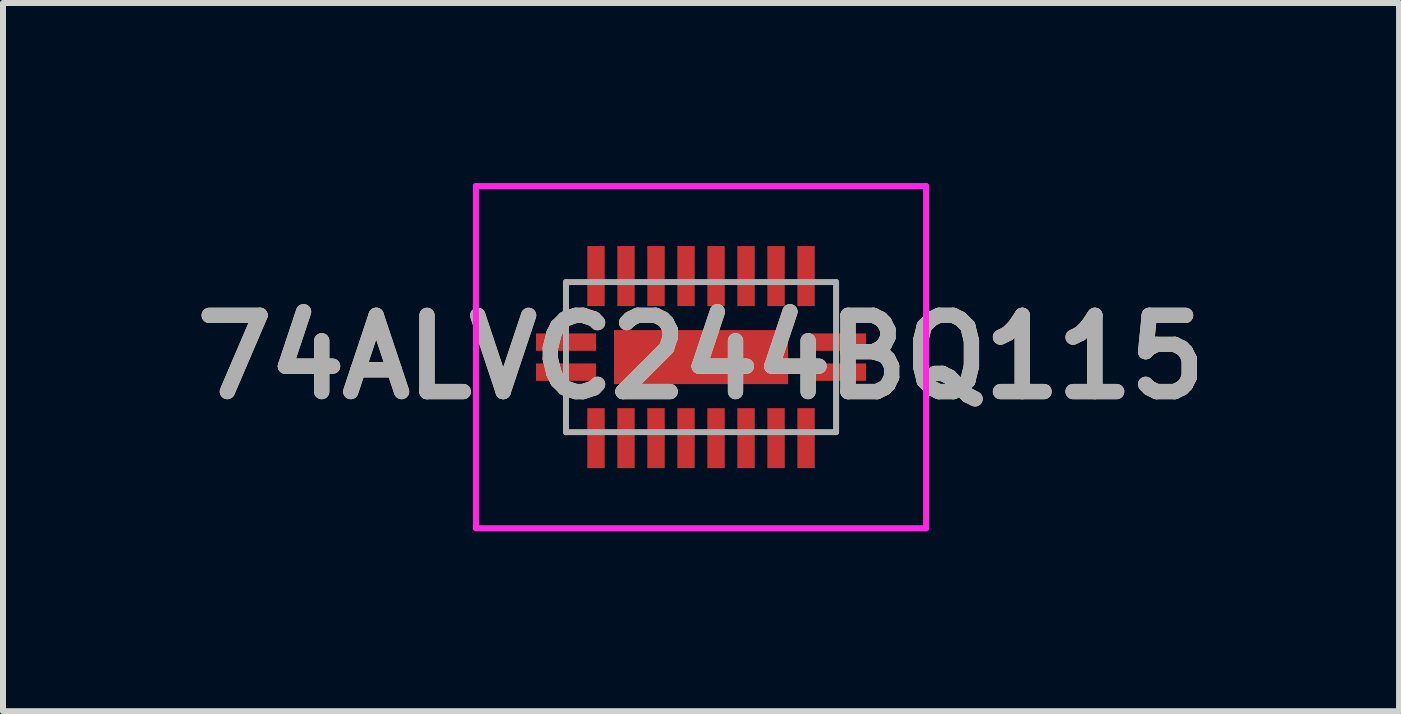
<source format=kicad_pcb>
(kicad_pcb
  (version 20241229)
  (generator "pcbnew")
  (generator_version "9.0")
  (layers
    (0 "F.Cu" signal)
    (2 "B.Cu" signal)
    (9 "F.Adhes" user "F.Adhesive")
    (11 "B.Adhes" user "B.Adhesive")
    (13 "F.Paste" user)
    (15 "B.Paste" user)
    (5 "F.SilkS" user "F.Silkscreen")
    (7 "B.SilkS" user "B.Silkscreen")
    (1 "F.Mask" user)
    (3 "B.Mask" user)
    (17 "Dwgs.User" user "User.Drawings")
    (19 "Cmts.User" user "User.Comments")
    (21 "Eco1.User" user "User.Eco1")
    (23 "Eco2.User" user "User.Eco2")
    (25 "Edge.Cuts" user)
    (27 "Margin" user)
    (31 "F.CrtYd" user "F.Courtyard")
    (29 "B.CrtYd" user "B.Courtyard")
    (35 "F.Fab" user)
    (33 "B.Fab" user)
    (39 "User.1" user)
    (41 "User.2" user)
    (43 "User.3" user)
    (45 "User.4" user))
  (footprint "74ALVC244BQ115"
    (layer "F.Cu")
    (at 8.63 2.9)
    (property "Reference" "74ALVC244BQ115" (at 0 0 0) (layer "F.SilkS") (effects (font (size 1.27 1.27) (thickness 0.254))))
    (attr smd)
    (fp_line (start -3.3 0.25) (end -3.3 0.25) (stroke (width 0.1) (type solid)) (layer "F.SilkS"))
    (fp_line (start -3.2 0.25) (end -3.2 0.25) (stroke (width 0.1) (type solid)) (layer "F.SilkS"))
    (fp_arc (start -3.3 0.25) (mid -3.25 0.2) (end -3.2 0.25) (stroke (width 0.1) (type solid)) (layer "F.SilkS"))
    (fp_arc (start -3.2 0.25) (mid -3.25 0.3) (end -3.3 0.25) (stroke (width 0.1) (type solid)) (layer "F.SilkS"))
    (fp_line (start -3.75 -2.85) (end 3.75 -2.85) (stroke (width 0.1) (type solid)) (layer "F.CrtYd"))
    (fp_line (start -3.75 2.85) (end -3.75 -2.85) (stroke (width 0.1) (type solid)) (layer "F.CrtYd"))
    (fp_line (start 3.75 -2.85) (end 3.75 2.85) (stroke (width 0.1) (type solid)) (layer "F.CrtYd"))
    (fp_line (start 3.75 2.85) (end -3.75 2.85) (stroke (width 0.1) (type solid)) (layer "F.CrtYd"))
    (fp_line (start -2.25 -1.25) (end -2.25 1.25) (stroke (width 0.1) (type solid)) (layer "F.Fab"))
    (fp_line (start -2.25 1.25) (end 2.25 1.25) (stroke (width 0.1) (type solid)) (layer "F.Fab"))
    (fp_line (start 2.25 -1.25) (end -2.25 -1.25) (stroke (width 0.1) (type solid)) (layer "F.Fab"))
    (fp_line (start 2.25 1.25) (end 2.25 -1.25) (stroke (width 0.1) (type solid)) (layer "F.Fab"))
    (fp_text user "${REFERENCE}" (at 0 0 0) (layer "F.Fab") (effects (font (size 1.27 1.27) (thickness 0.254))))
    (pad "1" smd rect (at -2.25 0.25 90) (size 0.29 1) (layers "F.Cu" "F.Mask" "F.Paste"))
    (pad "2" smd rect (at -1.75 1.35) (size 0.29 1) (layers "F.Cu" "F.Mask" "F.Paste"))
    (pad "3" smd rect (at -1.25 1.35) (size 0.29 1) (layers "F.Cu" "F.Mask" "F.Paste"))
    (pad "4" smd rect (at -0.75 1.35) (size 0.29 1) (layers "F.Cu" "F.Mask" "F.Paste"))
    (pad "5" smd rect (at -0.25 1.35) (size 0.29 1) (layers "F.Cu" "F.Mask" "F.Paste"))
    (pad "6" smd rect (at 0.25 1.35) (size 0.29 1) (layers "F.Cu" "F.Mask" "F.Paste"))
    (pad "7" smd rect (at 0.75 1.35) (size 0.29 1) (layers "F.Cu" "F.Mask" "F.Paste"))
    (pad "8" smd rect (at 1.25 1.35) (size 0.29 1) (layers "F.Cu" "F.Mask" "F.Paste"))
    (pad "9" smd rect (at 1.75 1.35) (size 0.29 1) (layers "F.Cu" "F.Mask" "F.Paste"))
    (pad "10" smd rect (at 2.25 0.25 90) (size 0.29 1) (layers "F.Cu" "F.Mask" "F.Paste"))
    (pad "11" smd rect (at 2.25 -0.25 90) (size 0.29 1) (layers "F.Cu" "F.Mask" "F.Paste"))
    (pad "12" smd rect (at 1.75 -1.35) (size 0.29 1) (layers "F.Cu" "F.Mask" "F.Paste"))
    (pad "13" smd rect (at 1.25 -1.35) (size 0.29 1) (layers "F.Cu" "F.Mask" "F.Paste"))
    (pad "14" smd rect (at 0.75 -1.35) (size 0.29 1) (layers "F.Cu" "F.Mask" "F.Paste"))
    (pad "15" smd rect (at 0.25 -1.35) (size 0.29 1) (layers "F.Cu" "F.Mask" "F.Paste"))
    (pad "16" smd rect (at -0.25 -1.35) (size 0.29 1) (layers "F.Cu" "F.Mask" "F.Paste"))
    (pad "17" smd rect (at -0.75 -1.35) (size 0.29 1) (layers "F.Cu" "F.Mask" "F.Paste"))
    (pad "18" smd rect (at -1.25 -1.35) (size 0.29 1) (layers "F.Cu" "F.Mask" "F.Paste"))
    (pad "19" smd rect (at -1.75 -1.35) (size 0.29 1) (layers "F.Cu" "F.Mask" "F.Paste"))
    (pad "20" smd rect (at -2.25 -0.25 90) (size 0.29 1) (layers "F.Cu" "F.Mask" "F.Paste"))
    (pad "21" smd rect (at 0 0 90) (size 0.9 2.9) (layers "F.Cu" "F.Mask" "F.Paste")))
  (gr_rect
    (start -3 -3)
    (end 20.26 8.8)
    (stroke (width 0.1) (type default))
    (fill no)
    (layer "Edge.Cuts")))
</source>
